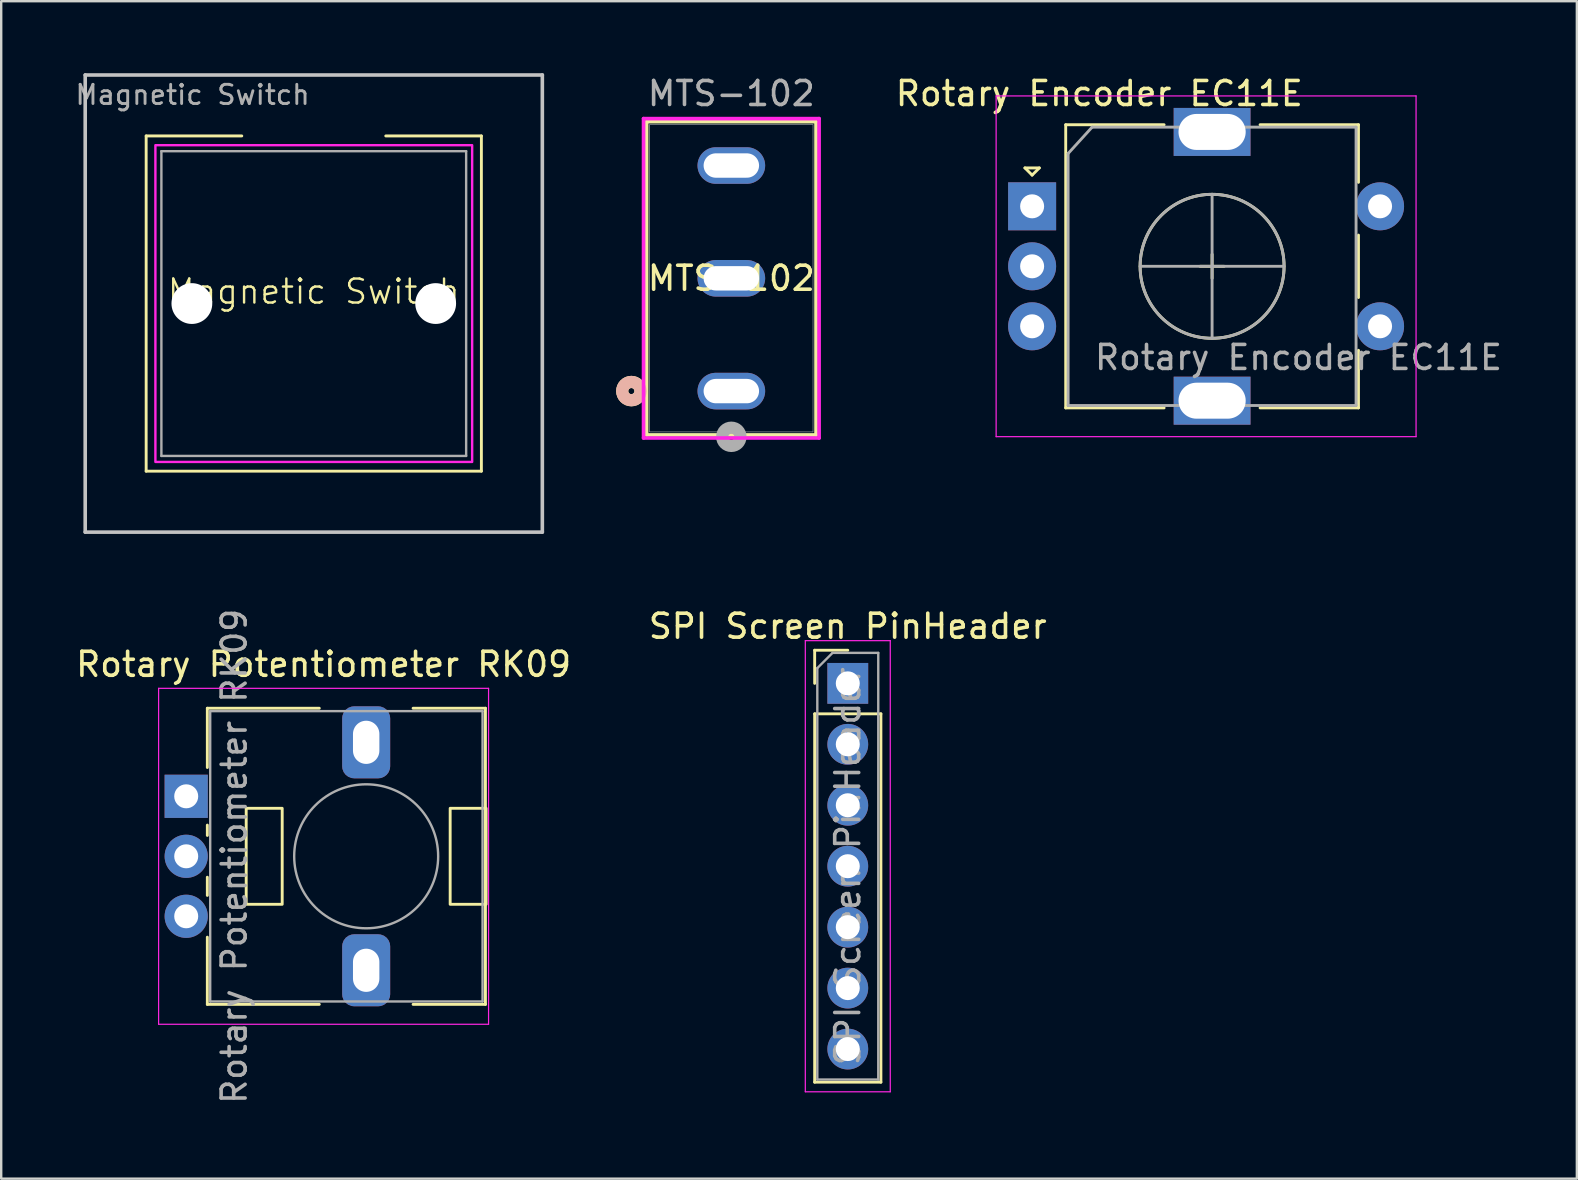
<source format=kicad_pcb>
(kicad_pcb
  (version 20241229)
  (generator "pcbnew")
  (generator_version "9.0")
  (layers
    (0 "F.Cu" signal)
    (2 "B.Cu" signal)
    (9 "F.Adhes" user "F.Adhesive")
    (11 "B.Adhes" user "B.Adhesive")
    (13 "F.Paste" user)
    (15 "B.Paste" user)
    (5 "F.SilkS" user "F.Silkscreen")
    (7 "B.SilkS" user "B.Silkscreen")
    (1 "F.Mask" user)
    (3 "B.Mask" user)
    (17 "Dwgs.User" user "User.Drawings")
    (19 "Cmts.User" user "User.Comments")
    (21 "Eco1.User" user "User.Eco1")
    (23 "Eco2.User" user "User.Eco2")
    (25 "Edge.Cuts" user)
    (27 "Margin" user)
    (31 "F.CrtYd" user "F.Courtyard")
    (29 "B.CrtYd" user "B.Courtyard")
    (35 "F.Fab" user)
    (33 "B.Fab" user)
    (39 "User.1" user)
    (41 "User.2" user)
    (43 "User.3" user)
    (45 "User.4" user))
  (footprint "MTS-102"
    (layer "F.Cu")
    (at 27.427 13.248)
    (property "Reference" "MTS-102" (at 0 -4.7 0) (unlocked yes) (layer "F.SilkS") (effects (font (size 1 1) (thickness 0.15))))
    (attr through_hole)
    (fp_line (start -3.531 -11.228) (end -3.531 1.828) (stroke (width 0.152) (type solid)) (layer "F.SilkS"))
    (fp_line (start -3.531 1.828) (end 3.531 1.828) (stroke (width 0.152) (type solid)) (layer "F.SilkS"))
    (fp_line (start 3.531 -11.228) (end -3.531 -11.228) (stroke (width 0.152) (type solid)) (layer "F.SilkS"))
    (fp_line (start 3.531 1.828) (end 3.531 -11.228) (stroke (width 0.152) (type solid)) (layer "F.SilkS"))
    (fp_circle (center -4.166 0) (end -3.785 0) (stroke (width 0.508) (type solid)) (fill no) (layer "F.SilkS"))
    (fp_circle (center -4.166 0) (end -3.785 0) (stroke (width 0.508) (type solid)) (fill no) (layer "B.SilkS"))
    (fp_line (start -3.658 -11.355) (end -3.658 1.955) (stroke (width 0.152) (type solid)) (layer "F.CrtYd"))
    (fp_line (start -3.658 1.955) (end 3.658 1.955) (stroke (width 0.152) (type solid)) (layer "F.CrtYd"))
    (fp_line (start 3.658 -11.355) (end -3.658 -11.355) (stroke (width 0.152) (type solid)) (layer "F.CrtYd"))
    (fp_line (start 3.658 1.955) (end 3.658 -11.355) (stroke (width 0.152) (type solid)) (layer "F.CrtYd"))
    (fp_line (start -3.404 -11.101) (end -3.404 1.701) (stroke (width 0.025) (type solid)) (layer "F.Fab"))
    (fp_line (start -3.404 1.701) (end 3.404 1.701) (stroke (width 0.025) (type solid)) (layer "F.Fab"))
    (fp_line (start 3.404 -11.101) (end -3.404 -11.101) (stroke (width 0.025) (type solid)) (layer "F.Fab"))
    (fp_line (start 3.404 1.701) (end 3.404 -11.101) (stroke (width 0.025) (type solid)) (layer "F.Fab"))
    (fp_circle (center 0 1.905) (end 0.381 1.905) (stroke (width 0.508) (type solid)) (fill no) (layer "F.Fab"))
    (fp_text user "${REFERENCE}" (at 0 -12.4 0) (unlocked yes) (layer "F.Fab") (effects (font (size 1 1) (thickness 0.15))))
    (pad "" np_thru_hole oval (at 0 -9.4) (size 2.819 1.524) (drill oval 2.311 1.016) (layers "*.Cu" "*.Mask"))
    (pad "" np_thru_hole oval (at 0 -4.7) (size 2.819 1.524) (drill oval 2.311 1.016) (layers "*.Cu" "*.Mask"))
    (pad "" np_thru_hole oval (at 0 0) (size 2.819 1.524) (drill oval 2.311 1.016) (layers "*.Cu" "*.Mask")))
  (footprint "Rotary Potentiometer RK09"
    (layer "F.Cu")
    (at 10.46 32.2)
    (property "Reference" "Rotary Potentiometer RK09" (at -0.025 -7.565 0) (layer "F.SilkS") (effects (font (size 1 1) (thickness 0.15))))
    (attr through_hole)
    (fp_line (start -4.87 -5.735) (end -4.87 -3.265) (stroke (width 0.12) (type solid)) (layer "F.SilkS"))
    (fp_line (start -4.87 -5.735) (end -0.204 -5.735) (stroke (width 0.12) (type solid)) (layer "F.SilkS"))
    (fp_line (start -4.87 -0.865) (end -4.87 -0.435) (stroke (width 0.12) (type solid)) (layer "F.SilkS"))
    (fp_line (start -4.87 1.306) (end -4.87 2.065) (stroke (width 0.12) (type solid)) (layer "F.SilkS"))
    (fp_line (start -4.87 3.805) (end -4.87 6.605) (stroke (width 0.12) (type solid)) (layer "F.SilkS"))
    (fp_line (start -4.87 6.605) (end -0.204 6.605) (stroke (width 0.12) (type solid)) (layer "F.SilkS"))
    (fp_line (start 3.705 -5.735) (end 6.72 -5.735) (stroke (width 0.12) (type solid)) (layer "F.SilkS"))
    (fp_line (start 3.705 6.605) (end 6.72 6.605) (stroke (width 0.12) (type solid)) (layer "F.SilkS"))
    (fp_line (start 6.72 -5.735) (end 6.72 6.605) (stroke (width 0.12) (type solid)) (layer "F.SilkS"))
    (fp_rect (start -3.25 -1.565) (end -1.75 2.435) (stroke (width 0.12) (type solid)) (fill no) (layer "F.SilkS"))
    (fp_rect (start 5.25 -1.565) (end 6.75 2.435) (stroke (width 0.12) (type solid)) (fill no) (layer "F.SilkS"))
    (fp_line (start -6.9 -6.565) (end -6.9 7.435) (stroke (width 0.05) (type solid)) (layer "F.CrtYd"))
    (fp_line (start -6.9 7.435) (end 6.85 7.435) (stroke (width 0.05) (type solid)) (layer "F.CrtYd"))
    (fp_line (start 6.85 -6.565) (end -6.9 -6.565) (stroke (width 0.05) (type solid)) (layer "F.CrtYd"))
    (fp_line (start 6.85 7.435) (end 6.85 -6.565) (stroke (width 0.05) (type solid)) (layer "F.CrtYd"))
    (fp_line (start -4.75 -5.615) (end -4.75 6.485) (stroke (width 0.1) (type solid)) (layer "F.Fab"))
    (fp_line (start -4.75 6.485) (end 6.6 6.485) (stroke (width 0.1) (type solid)) (layer "F.Fab"))
    (fp_line (start 6.6 -5.615) (end -4.75 -5.615) (stroke (width 0.1) (type solid)) (layer "F.Fab"))
    (fp_line (start 6.6 6.485) (end 6.6 -5.615) (stroke (width 0.1) (type solid)) (layer "F.Fab"))
    (fp_circle (center 1.75 0.435) (end 4.75 0.435) (stroke (width 0.1) (type solid)) (fill no) (layer "F.Fab"))
    (fp_text user "${REFERENCE}" (at -3.75 0.435 90) (layer "F.Fab") (effects (font (size 1 1) (thickness 0.15))))
    (pad "1" thru_hole rect (at -5.75 -2.065) (size 1.8 1.8) (drill 1) (layers "*.Cu" "*.Mask"))
    (pad "2" thru_hole circle (at -5.75 0.435) (size 1.8 1.8) (drill 1) (layers "*.Cu" "*.Mask"))
    (pad "3" thru_hole circle (at -5.75 2.935) (size 1.8 1.8) (drill 1) (layers "*.Cu" "*.Mask"))
    (pad "MP" thru_hole roundrect (at 1.75 -4.315) (size 2 3) (drill oval 1.1 1.8) (layers "*.Cu" "*.Mask") (roundrect_rratio 0.25))
    (pad "MP" thru_hole roundrect (at 1.75 5.185) (size 2 3) (drill oval 1.1 1.8) (layers "*.Cu" "*.Mask") (roundrect_rratio 0.25))
    (zone (net_name "") (layer "F.Cu") (name "Copper Keep Out") (hatch full 0.508) (connect_pads) (min_thickness 0.254) (filled_areas_thickness no) (keepout (tracks not_allowed) (vias not_allowed) (pads not_allowed) (copperpour not_allowed) (footprints not_allowed)) (placement (enabled no)) (fill) (polygon (pts (xy 8.71 34.635) (xy 7.21 34.635) (xy 7.21 30.635) (xy 8.71 30.635))))
    (zone (net_name "") (layer "F.Cu") (name "Copper Keep Out") (hatch full 0.508) (connect_pads) (min_thickness 0.254) (filled_areas_thickness no) (keepout (tracks not_allowed) (vias not_allowed) (pads not_allowed) (copperpour not_allowed) (footprints not_allowed)) (placement (enabled no)) (fill) (polygon (pts (xy 17.11 34.635) (xy 15.71 34.635) (xy 15.71 30.635) (xy 17.11 30.635)))))
  (footprint "Magnetic Switch"
    (layer "F.Cu")
    (at 10.026 9.6)
    (property "Reference" "Magnetic Switch" (at 0 -0.5 0) (unlocked yes) (layer "F.SilkS") (effects (font (size 1 1) (thickness 0.1))))
    (attr smd)
    (fp_line (start -6.985 -6.985) (end -3 -6.985) (stroke (width 0.12) (type solid)) (layer "F.SilkS"))
    (fp_line (start -6.985 6.985) (end -6.985 -6.985) (stroke (width 0.12) (type solid)) (layer "F.SilkS"))
    (fp_line (start 6.985 -6.985) (end 3 -6.985) (stroke (width 0.12) (type solid)) (layer "F.SilkS"))
    (fp_line (start 6.985 -6.985) (end 6.985 6.985) (stroke (width 0.12) (type solid)) (layer "F.SilkS"))
    (fp_line (start 6.985 6.985) (end -6.985 6.985) (stroke (width 0.12) (type solid)) (layer "F.SilkS"))
    (fp_line (start -9.525 -9.525) (end 9.525 -9.525) (stroke (width 0.15) (type solid)) (layer "Dwgs.User"))
    (fp_line (start -9.525 9.525) (end -9.525 -9.525) (stroke (width 0.15) (type solid)) (layer "Dwgs.User"))
    (fp_line (start 9.525 -9.525) (end 9.525 9.525) (stroke (width 0.15) (type solid)) (layer "Dwgs.User"))
    (fp_line (start 9.525 9.525) (end -9.525 9.525) (stroke (width 0.15) (type solid)) (layer "Dwgs.User"))
    (fp_rect (start -6.6 -6.6) (end 6.6 6.6) (stroke (width 0.1) (type solid)) (fill no) (layer "F.CrtYd"))
    (fp_line (start -6.35 6.35) (end -6.35 -6.35) (stroke (width 0.1) (type solid)) (layer "F.Fab"))
    (fp_line (start 6.35 -6.35) (end -6.35 -6.35) (stroke (width 0.1) (type solid)) (layer "F.Fab"))
    (fp_line (start 6.35 -6.35) (end 6.35 6.35) (stroke (width 0.1) (type solid)) (layer "F.Fab"))
    (fp_line (start 6.35 6.35) (end -6.35 6.35) (stroke (width 0.1) (type solid)) (layer "F.Fab"))
    (fp_text user "${REFERENCE}" (at -5.05 -8.7 0) (layer "F.Fab") (effects (font (size 0.8 0.8) (thickness 0.12))))
    (pad "" np_thru_hole circle (at -5.08 0) (size 1.7 1.7) (drill 1.7) (layers "*.Cu" "*.Mask"))
    (pad "" np_thru_hole circle (at 5.08 0) (size 1.7 1.7) (drill 1.7) (layers "*.Cu" "*.Mask")))
  (footprint "SPI Screen PinHeader"
    (layer "F.Cu")
    (at 32.28 25.428)
    (property "Reference" "SPI Screen PinHeader" (at 0 -2.38 0) (layer "F.SilkS") (effects (font (size 1 1) (thickness 0.15))))
    (attr through_hole)
    (fp_line (start -1.38 -1.38) (end 0 -1.38) (stroke (width 0.12) (type solid)) (layer "F.SilkS"))
    (fp_line (start -1.38 0) (end -1.38 -1.38) (stroke (width 0.12) (type solid)) (layer "F.SilkS"))
    (fp_line (start -1.38 1.27) (end -1.38 16.62) (stroke (width 0.12) (type solid)) (layer "F.SilkS"))
    (fp_line (start -1.38 1.27) (end 1.38 1.27) (stroke (width 0.12) (type solid)) (layer "F.SilkS"))
    (fp_line (start -1.38 16.62) (end 1.38 16.62) (stroke (width 0.12) (type solid)) (layer "F.SilkS"))
    (fp_line (start 1.38 1.27) (end 1.38 16.62) (stroke (width 0.12) (type solid)) (layer "F.SilkS"))
    (fp_line (start -1.77 -1.78) (end -1.77 17.02) (stroke (width 0.05) (type solid)) (layer "F.CrtYd"))
    (fp_line (start -1.77 17.02) (end 1.77 17.02) (stroke (width 0.05) (type solid)) (layer "F.CrtYd"))
    (fp_line (start 1.77 -1.78) (end -1.77 -1.78) (stroke (width 0.05) (type solid)) (layer "F.CrtYd"))
    (fp_line (start 1.77 17.02) (end 1.77 -1.78) (stroke (width 0.05) (type solid)) (layer "F.CrtYd"))
    (fp_line (start -1.27 -0.635) (end -0.635 -1.27) (stroke (width 0.1) (type solid)) (layer "F.Fab"))
    (fp_line (start -1.27 16.51) (end -1.27 -0.635) (stroke (width 0.1) (type solid)) (layer "F.Fab"))
    (fp_line (start -0.635 -1.27) (end 1.27 -1.27) (stroke (width 0.1) (type solid)) (layer "F.Fab"))
    (fp_line (start 1.27 -1.27) (end 1.27 16.51) (stroke (width 0.1) (type solid)) (layer "F.Fab"))
    (fp_line (start 1.27 16.51) (end -1.27 16.51) (stroke (width 0.1) (type solid)) (layer "F.Fab"))
    (fp_text user "${REFERENCE}" (at 0 7.62 90) (layer "F.Fab") (effects (font (size 1 1) (thickness 0.15))))
    (pad "1" thru_hole rect (at 0 0) (size 1.7 1.7) (drill 1) (layers "*.Cu" "*.Mask"))
    (pad "2" thru_hole circle (at 0 2.54) (size 1.7 1.7) (drill 1) (layers "*.Cu" "*.Mask"))
    (pad "3" thru_hole circle (at 0 5.08) (size 1.7 1.7) (drill 1) (layers "*.Cu" "*.Mask"))
    (pad "4" thru_hole circle (at 0 7.62) (size 1.7 1.7) (drill 1) (layers "*.Cu" "*.Mask"))
    (pad "5" thru_hole circle (at 0 10.16) (size 1.7 1.7) (drill 1) (layers "*.Cu" "*.Mask"))
    (pad "6" thru_hole circle (at 0 12.7) (size 1.7 1.7) (drill 1) (layers "*.Cu" "*.Mask"))
    (pad "7" thru_hole circle (at 0 15.24) (size 1.7 1.7) (drill 1) (layers "*.Cu" "*.Mask")))
  (footprint "Rotary Encoder EC11E"
    (layer "F.Cu")
    (at 39.962 5.548)
    (property "Reference" "Rotary Encoder EC11E" (at 2.8 -4.7 0) (layer "F.SilkS") (effects (font (size 1 1) (thickness 0.15))))
    (attr through_hole)
    (fp_line (start -0.3 -1.6) (end 0.3 -1.6) (stroke (width 0.12) (type solid)) (layer "F.SilkS"))
    (fp_line (start 0 -1.3) (end -0.3 -1.6) (stroke (width 0.12) (type solid)) (layer "F.SilkS"))
    (fp_line (start 0.3 -1.6) (end 0 -1.3) (stroke (width 0.12) (type solid)) (layer "F.SilkS"))
    (fp_line (start 1.4 -3.4) (end 1.4 8.4) (stroke (width 0.12) (type solid)) (layer "F.SilkS"))
    (fp_line (start 5.5 -3.4) (end 1.4 -3.4) (stroke (width 0.12) (type solid)) (layer "F.SilkS"))
    (fp_line (start 5.5 8.4) (end 1.4 8.4) (stroke (width 0.12) (type solid)) (layer "F.SilkS"))
    (fp_line (start 7 2.5) (end 8 2.5) (stroke (width 0.12) (type solid)) (layer "F.SilkS"))
    (fp_line (start 7.5 2) (end 7.5 3) (stroke (width 0.12) (type solid)) (layer "F.SilkS"))
    (fp_line (start 9.5 -3.4) (end 13.6 -3.4) (stroke (width 0.12) (type solid)) (layer "F.SilkS"))
    (fp_line (start 13.6 -3.4) (end 13.6 -1) (stroke (width 0.12) (type solid)) (layer "F.SilkS"))
    (fp_line (start 13.6 1.2) (end 13.6 3.8) (stroke (width 0.12) (type solid)) (layer "F.SilkS"))
    (fp_line (start 13.6 6) (end 13.6 8.4) (stroke (width 0.12) (type solid)) (layer "F.SilkS"))
    (fp_line (start 13.6 8.4) (end 9.5 8.4) (stroke (width 0.12) (type solid)) (layer "F.SilkS"))
    (fp_circle (center 7.5 2.5) (end 10.5 2.5) (stroke (width 0.12) (type solid)) (fill no) (layer "F.SilkS"))
    (fp_line (start -1.5 -4.6) (end -1.5 9.6) (stroke (width 0.05) (type solid)) (layer "F.CrtYd"))
    (fp_line (start -1.5 -4.6) (end 16 -4.6) (stroke (width 0.05) (type solid)) (layer "F.CrtYd"))
    (fp_line (start 16 9.6) (end -1.5 9.6) (stroke (width 0.05) (type solid)) (layer "F.CrtYd"))
    (fp_line (start 16 9.6) (end 16 -4.6) (stroke (width 0.05) (type solid)) (layer "F.CrtYd"))
    (fp_line (start 1.5 -2.2) (end 2.5 -3.3) (stroke (width 0.12) (type solid)) (layer "F.Fab"))
    (fp_line (start 1.5 8.3) (end 1.5 -2.2) (stroke (width 0.12) (type solid)) (layer "F.Fab"))
    (fp_line (start 2.5 -3.3) (end 13.5 -3.3) (stroke (width 0.12) (type solid)) (layer "F.Fab"))
    (fp_line (start 4.5 2.5) (end 10.5 2.5) (stroke (width 0.12) (type solid)) (layer "F.Fab"))
    (fp_line (start 7.5 -0.5) (end 7.5 5.5) (stroke (width 0.12) (type solid)) (layer "F.Fab"))
    (fp_line (start 13.5 -3.3) (end 13.5 8.3) (stroke (width 0.12) (type solid)) (layer "F.Fab"))
    (fp_line (start 13.5 8.3) (end 1.5 8.3) (stroke (width 0.12) (type solid)) (layer "F.Fab"))
    (fp_circle (center 7.5 2.5) (end 10.5 2.5) (stroke (width 0.12) (type solid)) (fill no) (layer "F.Fab"))
    (fp_text user "${REFERENCE}" (at 11.1 6.3 0) (layer "F.Fab") (effects (font (size 1 1) (thickness 0.15))))
    (pad "A" thru_hole rect (at 0 0) (size 2 2) (drill 1) (layers "*.Cu" "*.Mask"))
    (pad "B" thru_hole circle (at 0 5) (size 2 2) (drill 1) (layers "*.Cu" "*.Mask"))
    (pad "C" thru_hole circle (at 0 2.5) (size 2 2) (drill 1) (layers "*.Cu" "*.Mask"))
    (pad "MP" thru_hole rect (at 7.5 -3.1) (size 3.2 2) (drill oval 2.8 1.5) (layers "*.Cu" "*.Mask"))
    (pad "MP" thru_hole rect (at 7.5 8.1) (size 3.2 2) (drill oval 2.8 1.5) (layers "*.Cu" "*.Mask"))
    (pad "S1" thru_hole circle (at 14.5 5) (size 2 2) (drill 1) (layers "*.Cu" "*.Mask"))
    (pad "S2" thru_hole circle (at 14.5 0) (size 2 2) (drill 1) (layers "*.Cu" "*.Mask")))
  (gr_rect
    (start -3 -3)
    (end 62.663 46.069)
    (stroke (width 0.1) (type default))
    (fill no)
    (layer "Edge.Cuts")))
</source>
